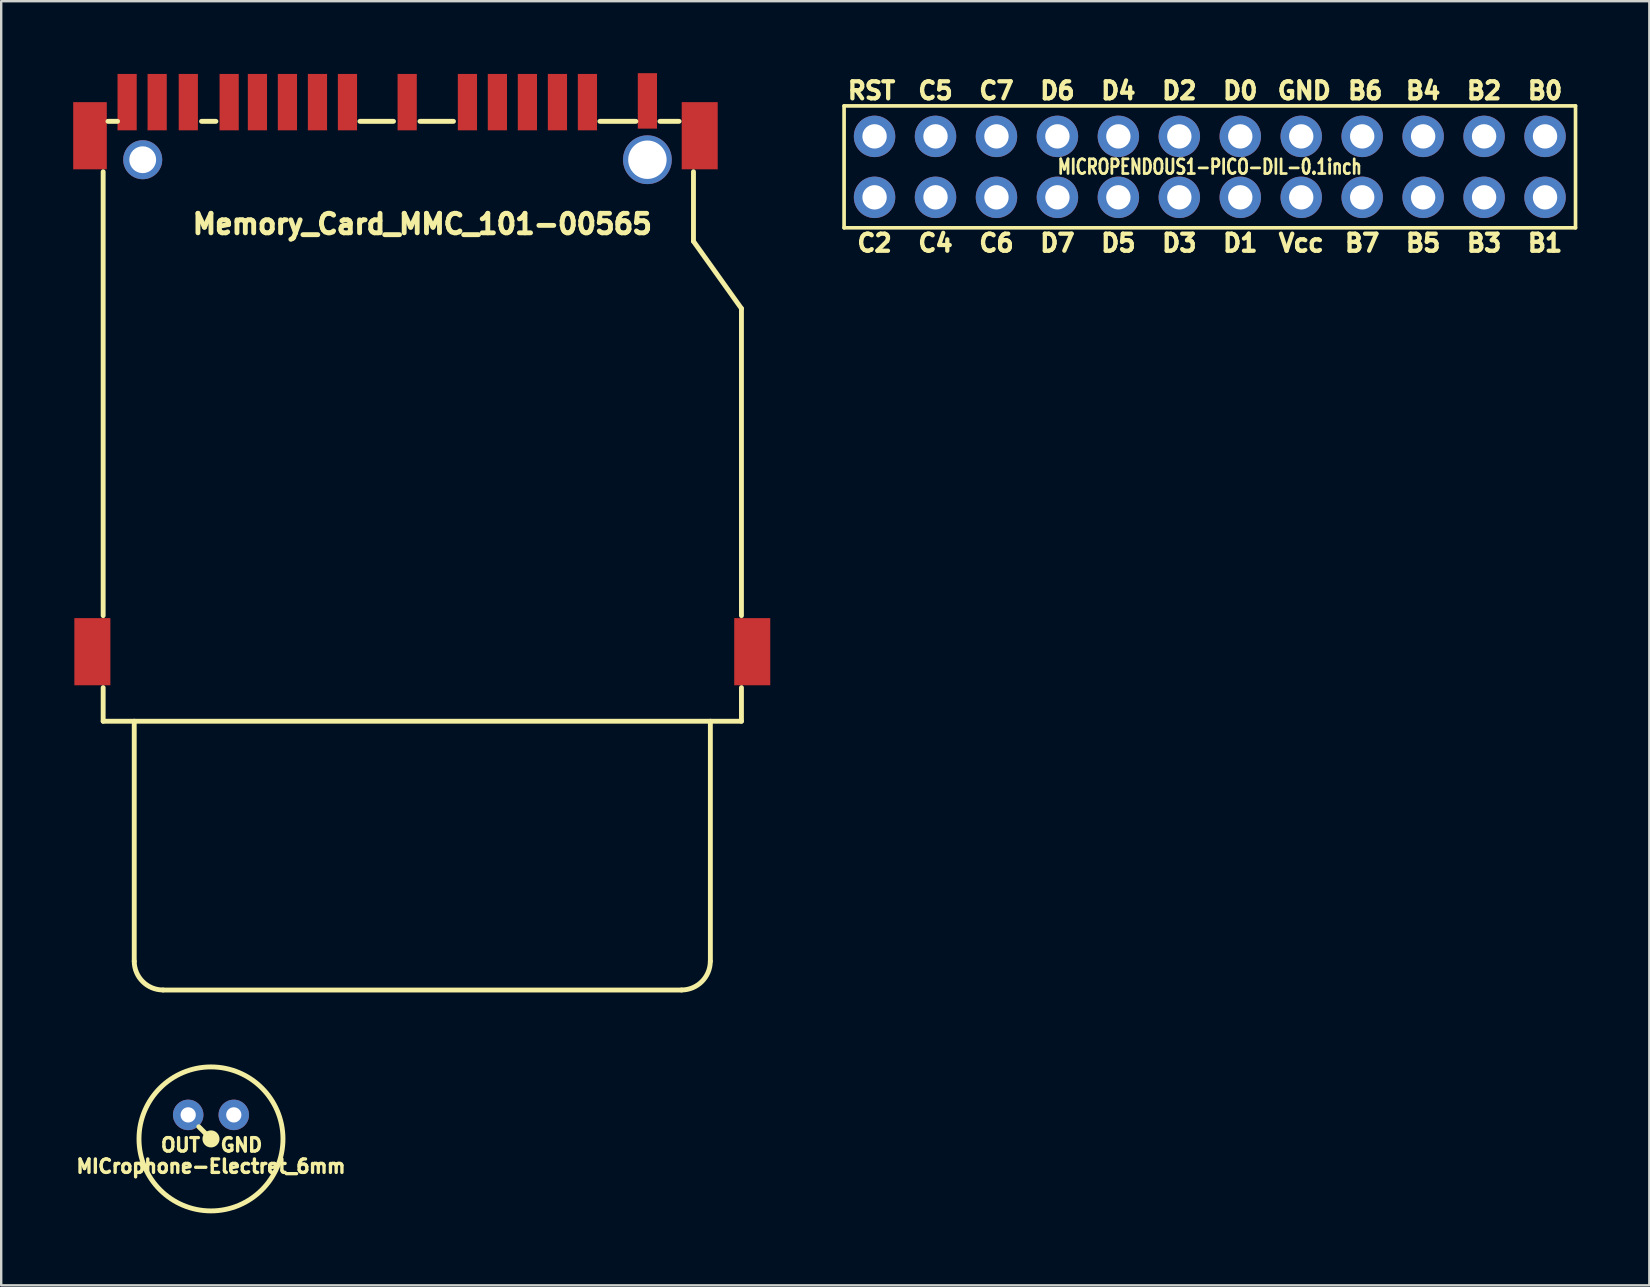
<source format=kicad_pcb>
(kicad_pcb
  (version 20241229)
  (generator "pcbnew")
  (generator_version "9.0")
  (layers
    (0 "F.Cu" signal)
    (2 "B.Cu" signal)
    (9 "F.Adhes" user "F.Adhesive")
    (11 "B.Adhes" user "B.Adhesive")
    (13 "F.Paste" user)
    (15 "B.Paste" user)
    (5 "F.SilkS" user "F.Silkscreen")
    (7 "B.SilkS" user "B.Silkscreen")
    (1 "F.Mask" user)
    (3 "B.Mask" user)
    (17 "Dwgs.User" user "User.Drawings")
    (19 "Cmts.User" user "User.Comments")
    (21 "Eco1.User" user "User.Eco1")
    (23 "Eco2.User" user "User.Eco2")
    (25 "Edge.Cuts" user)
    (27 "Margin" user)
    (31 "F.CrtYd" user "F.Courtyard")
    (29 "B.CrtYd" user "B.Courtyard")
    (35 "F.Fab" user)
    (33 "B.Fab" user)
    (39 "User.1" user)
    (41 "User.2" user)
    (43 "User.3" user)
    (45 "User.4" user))
  (footprint "MICrophone-Electret_6mm"
    (layer "F.Cu")
    (at 5.742 44.41)
    (property "Reference" "MICrophone-Electret_6mm" (at 0 1.143 0) (layer "F.SilkS") (effects (font (size 0.559 0.559) (thickness 0.14))))
    (attr through_hole)
    (fp_line (start 0 0) (end -0.508 -0.508) (stroke (width 0.203) (type solid)) (layer "F.SilkS"))
    (fp_circle (center 0 0) (end 0.127 0) (stroke (width 0.203) (type solid)) (fill no) (layer "F.SilkS"))
    (fp_circle (center 0 0) (end 0.254 0) (stroke (width 0.203) (type solid)) (fill no) (layer "F.SilkS"))
    (fp_circle (center 0 0) (end 3 0) (stroke (width 0.203) (type solid)) (fill no) (layer "F.SilkS"))
    (fp_text user "OUT" (at -1.27 0.254 0) (layer "F.SilkS") (effects (font (size 0.559 0.559) (thickness 0.14))))
    (fp_text user "GND" (at 1.27 0.254 0) (layer "F.SilkS") (effects (font (size 0.559 0.559) (thickness 0.14))))
    (pad "1" thru_hole circle (at -0.95 -1.001) (size 1.27 1.27) (drill 0.635) (layers "*.Cu" "*.Mask"))
    (pad "2" thru_hole circle (at 0.95 -1.001) (size 1.27 1.27) (drill 0.635) (layers "*.Cu" "*.Mask")))
  (footprint "Memory_Card_MMC_101-00565"
    (layer "F.Cu")
    (at 14.548 1.206)
    (property "Reference" "Memory_Card_MMC_101-00565" (at 0 5.08 0) (layer "F.SilkS") (effects (font (size 0.813 0.813) (thickness 0.203))))
    (attr smd)
    (fp_line (start -13.299 2.901) (end -13.299 21.399) (stroke (width 0.203) (type solid)) (layer "F.SilkS"))
    (fp_line (start -13.299 24.399) (end -13.299 25.799) (stroke (width 0.203) (type solid)) (layer "F.SilkS"))
    (fp_line (start -13.299 25.799) (end 13.299 25.799) (stroke (width 0.203) (type solid)) (layer "F.SilkS"))
    (fp_line (start -12.7 0.8) (end -13.099 0.8) (stroke (width 0.203) (type solid)) (layer "F.SilkS"))
    (fp_line (start -12.004 35.799) (end -12.004 25.799) (stroke (width 0.203) (type solid)) (layer "F.SilkS"))
    (fp_line (start -10.8 37) (end 10.8 37) (stroke (width 0.203) (type solid)) (layer "F.SilkS"))
    (fp_line (start -9.2 0.8) (end -8.6 0.8) (stroke (width 0.203) (type solid)) (layer "F.SilkS"))
    (fp_line (start -1.199 0.8) (end -2.601 0.8) (stroke (width 0.203) (type solid)) (layer "F.SilkS"))
    (fp_line (start 1.3 0.8) (end -0.099 0.8) (stroke (width 0.203) (type solid)) (layer "F.SilkS"))
    (fp_line (start 8.9 0.8) (end 7.399 0.8) (stroke (width 0.203) (type solid)) (layer "F.SilkS"))
    (fp_line (start 9.901 0.8) (end 10.701 0.8) (stroke (width 0.203) (type solid)) (layer "F.SilkS"))
    (fp_line (start 11.3 5.799) (end 11.3 2.901) (stroke (width 0.203) (type solid)) (layer "F.SilkS"))
    (fp_line (start 11.3 5.799) (end 13.299 8.6) (stroke (width 0.203) (type solid)) (layer "F.SilkS"))
    (fp_line (start 12.004 35.799) (end 12.004 25.799) (stroke (width 0.203) (type solid)) (layer "F.SilkS"))
    (fp_line (start 13.299 21.399) (end 13.299 8.6) (stroke (width 0.203) (type solid)) (layer "F.SilkS"))
    (fp_line (start 13.299 25.799) (end 13.299 24.399) (stroke (width 0.203) (type solid)) (layer "F.SilkS"))
    (fp_arc (start -10.80516 36.99764) (mid -11.652896 36.646496) (end -12.00404 35.79876) (stroke (width 0.2032) (type solid)) (layer "F.SilkS"))
    (fp_arc (start 12.0015 35.79876) (mid 11.650356 36.646496) (end 10.80262 36.99764) (stroke (width 0.2032) (type solid)) (layer "F.SilkS"))
    (pad "1" smd rect (at -12.301 0) (size 0.8 2.349) (layers "F.Cu" "F.Mask" "F.Paste"))
    (pad "2" smd rect (at -11.049 0) (size 0.8 2.349) (layers "F.Cu" "F.Mask" "F.Paste"))
    (pad "3" smd rect (at -9.751 0) (size 0.8 2.349) (layers "F.Cu" "F.Mask" "F.Paste"))
    (pad "4" smd rect (at -8.049 0) (size 0.8 2.349) (layers "F.Cu" "F.Mask" "F.Paste"))
    (pad "5" smd rect (at -6.871 0) (size 0.8 2.349) (layers "F.Cu" "F.Mask" "F.Paste"))
    (pad "6" smd rect (at -5.621 0) (size 0.8 2.349) (layers "F.Cu" "F.Mask" "F.Paste"))
    (pad "7" smd rect (at -4.369 0) (size 0.8 2.349) (layers "F.Cu" "F.Mask" "F.Paste"))
    (pad "8" smd rect (at -3.119 0) (size 0.8 2.349) (layers "F.Cu" "F.Mask" "F.Paste"))
    (pad "9" smd rect (at -0.63 0) (size 0.8 2.349) (layers "F.Cu" "F.Mask" "F.Paste"))
    (pad "10" smd rect (at 1.88 0) (size 0.8 2.349) (layers "F.Cu" "F.Mask" "F.Paste"))
    (pad "11" smd rect (at 3.129 0) (size 0.8 2.349) (layers "F.Cu" "F.Mask" "F.Paste"))
    (pad "12" smd rect (at 4.379 0) (size 0.8 2.349) (layers "F.Cu" "F.Mask" "F.Paste"))
    (pad "13" smd rect (at 5.631 0) (size 0.8 2.349) (layers "F.Cu" "F.Mask" "F.Paste"))
    (pad "14" smd rect (at 6.881 0) (size 0.8 2.349) (layers "F.Cu" "F.Mask" "F.Paste"))
    (pad "15" smd rect (at 9.38 -0.051) (size 0.8 2.311) (layers "F.Cu" "F.Mask" "F.Paste"))
    (pad "17" smd rect (at -13.848 1.4) (size 1.4 2.799) (layers "F.Cu" "F.Mask" "F.Paste"))
    (pad "17" smd rect (at -13.749 22.901) (size 1.501 2.799) (layers "F.Cu" "F.Mask" "F.Paste"))
    (pad "17" thru_hole circle (at -11.651 2.4) (size 1.626 1.626) (drill 1.118) (layers "*.Cu" "*.Mask"))
    (pad "17" thru_hole circle (at 9.38 2.4) (size 2.032 2.032) (drill 1.6) (layers "*.Cu" "*.Mask"))
    (pad "17" smd rect (at 11.56 1.4) (size 1.501 2.799) (layers "F.Cu" "F.Mask" "F.Paste"))
    (pad "17" smd rect (at 13.749 22.901) (size 1.501 2.799) (layers "F.Cu" "F.Mask" "F.Paste")))
  (footprint "MICROPENDOUS1-PICO-DIL-0.1inch"
    (layer "F.Cu")
    (at 47.364 3.903)
    (property "Reference" "MICROPENDOUS1-PICO-DIL-0.1inch" (at 0 0 0) (layer "F.SilkS") (effects (font (size 0.61 0.457) (thickness 0.114))))
    (attr through_hole)
    (fp_line (start -15.24 -2.54) (end -15.24 2.54) (stroke (width 0.152) (type solid)) (layer "F.SilkS"))
    (fp_line (start -15.24 2.54) (end 15.24 2.54) (stroke (width 0.152) (type solid)) (layer "F.SilkS"))
    (fp_line (start 15.24 -2.54) (end -15.24 -2.54) (stroke (width 0.152) (type solid)) (layer "F.SilkS"))
    (fp_line (start 15.24 2.54) (end 15.24 -2.54) (stroke (width 0.152) (type solid)) (layer "F.SilkS"))
    (fp_text user "B0" (at 13.97 -3.175 0) (layer "F.SilkS") (effects (font (size 0.711 0.711) (thickness 0.178))))
    (fp_text user "GND" (at 3.937 -3.175 0) (layer "F.SilkS") (effects (font (size 0.711 0.711) (thickness 0.178))))
    (fp_text user "B6" (at 6.477 -3.175 0) (layer "F.SilkS") (effects (font (size 0.711 0.711) (thickness 0.178))))
    (fp_text user "B1" (at 13.97 3.175 0) (layer "F.SilkS") (effects (font (size 0.711 0.711) (thickness 0.178))))
    (fp_text user "D5" (at -3.81 3.175 0) (layer "F.SilkS") (effects (font (size 0.711 0.711) (thickness 0.178))))
    (fp_text user "C2" (at -13.97 3.175 0) (layer "F.SilkS") (effects (font (size 0.711 0.711) (thickness 0.178))))
    (fp_text user "D6" (at -6.35 -3.175 0) (layer "F.SilkS") (effects (font (size 0.711 0.711) (thickness 0.178))))
    (fp_text user "B4" (at 8.89 -3.175 0) (layer "F.SilkS") (effects (font (size 0.711 0.711) (thickness 0.178))))
    (fp_text user "D3" (at -1.27 3.175 0) (layer "F.SilkS") (effects (font (size 0.711 0.711) (thickness 0.178))))
    (fp_text user "B7" (at 6.35 3.175 0) (layer "F.SilkS") (effects (font (size 0.711 0.711) (thickness 0.178))))
    (fp_text user "D7" (at -6.35 3.175 0) (layer "F.SilkS") (effects (font (size 0.711 0.711) (thickness 0.178))))
    (fp_text user "C4" (at -11.43 3.175 0) (layer "F.SilkS") (effects (font (size 0.711 0.711) (thickness 0.178))))
    (fp_text user "D4" (at -3.81 -3.175 0) (layer "F.SilkS") (effects (font (size 0.711 0.711) (thickness 0.178))))
    (fp_text user "B5" (at 8.89 3.175 0) (layer "F.SilkS") (effects (font (size 0.711 0.711) (thickness 0.178))))
    (fp_text user "RST" (at -14.097 -3.175 0) (layer "F.SilkS") (effects (font (size 0.711 0.711) (thickness 0.178))))
    (fp_text user "B3" (at 11.43 3.175 0) (layer "F.SilkS") (effects (font (size 0.711 0.711) (thickness 0.178))))
    (fp_text user "C5" (at -11.43 -3.175 0) (layer "F.SilkS") (effects (font (size 0.711 0.711) (thickness 0.178))))
    (fp_text user "C6" (at -8.89 3.175 0) (layer "F.SilkS") (effects (font (size 0.711 0.711) (thickness 0.178))))
    (fp_text user "C7" (at -8.89 -3.175 0) (layer "F.SilkS") (effects (font (size 0.711 0.711) (thickness 0.178))))
    (fp_text user "B2" (at 11.43 -3.175 0) (layer "F.SilkS") (effects (font (size 0.711 0.711) (thickness 0.178))))
    (fp_text user "D1" (at 1.27 3.175 0) (layer "F.SilkS") (effects (font (size 0.711 0.711) (thickness 0.178))))
    (fp_text user "Vcc" (at 3.81 3.175 0) (layer "F.SilkS") (effects (font (size 0.711 0.711) (thickness 0.178))))
    (fp_text user "D0" (at 1.27 -3.175 0) (layer "F.SilkS") (effects (font (size 0.711 0.711) (thickness 0.178))))
    (fp_text user "D2" (at -1.27 -3.175 0) (layer "F.SilkS") (effects (font (size 0.711 0.711) (thickness 0.178))))
    (pad "1" thru_hole circle (at 13.97 -1.27) (size 1.727 1.727) (drill 1.016) (layers "*.Cu" "*.Mask"))
    (pad "2" thru_hole circle (at 13.97 1.27) (size 1.727 1.727) (drill 1.016) (layers "*.Cu" "*.Mask"))
    (pad "3" thru_hole circle (at 11.43 -1.27) (size 1.727 1.727) (drill 1.016) (layers "*.Cu" "*.Mask"))
    (pad "4" thru_hole circle (at 11.43 1.27) (size 1.727 1.727) (drill 1.016) (layers "*.Cu" "*.Mask"))
    (pad "5" thru_hole circle (at 8.89 -1.27) (size 1.727 1.727) (drill 1.016) (layers "*.Cu" "*.Mask"))
    (pad "6" thru_hole circle (at 8.89 1.27) (size 1.727 1.727) (drill 1.016) (layers "*.Cu" "*.Mask"))
    (pad "7" thru_hole circle (at 6.35 -1.27) (size 1.727 1.727) (drill 1.016) (layers "*.Cu" "*.Mask"))
    (pad "8" thru_hole circle (at 6.35 1.27) (size 1.727 1.727) (drill 1.016) (layers "*.Cu" "*.Mask"))
    (pad "9" thru_hole circle (at 3.81 -1.27) (size 1.727 1.727) (drill 1.016) (layers "*.Cu" "*.Mask"))
    (pad "10" thru_hole circle (at 3.81 1.27) (size 1.727 1.727) (drill 1.016) (layers "*.Cu" "*.Mask"))
    (pad "11" thru_hole circle (at 1.27 -1.27) (size 1.727 1.727) (drill 1.016) (layers "*.Cu" "*.Mask"))
    (pad "12" thru_hole circle (at 1.27 1.27) (size 1.727 1.727) (drill 1.016) (layers "*.Cu" "*.Mask"))
    (pad "13" thru_hole circle (at -1.27 -1.27) (size 1.727 1.727) (drill 1.016) (layers "*.Cu" "*.Mask"))
    (pad "14" thru_hole circle (at -1.27 1.27) (size 1.727 1.727) (drill 1.016) (layers "*.Cu" "*.Mask"))
    (pad "15" thru_hole circle (at -3.81 -1.27) (size 1.727 1.727) (drill 1.016) (layers "*.Cu" "*.Mask"))
    (pad "16" thru_hole circle (at -3.81 1.27) (size 1.727 1.727) (drill 1.016) (layers "*.Cu" "*.Mask"))
    (pad "17" thru_hole circle (at -6.35 -1.27) (size 1.727 1.727) (drill 1.016) (layers "*.Cu" "*.Mask"))
    (pad "18" thru_hole circle (at -6.35 1.27) (size 1.727 1.727) (drill 1.016) (layers "*.Cu" "*.Mask"))
    (pad "19" thru_hole circle (at -8.89 -1.27) (size 1.727 1.727) (drill 1.016) (layers "*.Cu" "*.Mask"))
    (pad "20" thru_hole circle (at -8.89 1.27) (size 1.727 1.727) (drill 1.016) (layers "*.Cu" "*.Mask"))
    (pad "21" thru_hole circle (at -11.43 -1.27) (size 1.727 1.727) (drill 1.016) (layers "*.Cu" "*.Mask"))
    (pad "22" thru_hole circle (at -11.43 1.27) (size 1.727 1.727) (drill 1.016) (layers "*.Cu" "*.Mask"))
    (pad "23" thru_hole circle (at -13.97 -1.27) (size 1.727 1.727) (drill 1.016) (layers "*.Cu" "*.Mask"))
    (pad "24" thru_hole circle (at -13.97 1.27) (size 1.727 1.727) (drill 1.016) (layers "*.Cu" "*.Mask")))
  (gr_rect
    (start -3 -3)
    (end 65.68 50.511)
    (stroke (width 0.1) (type default))
    (fill no)
    (layer "Edge.Cuts")))
</source>
